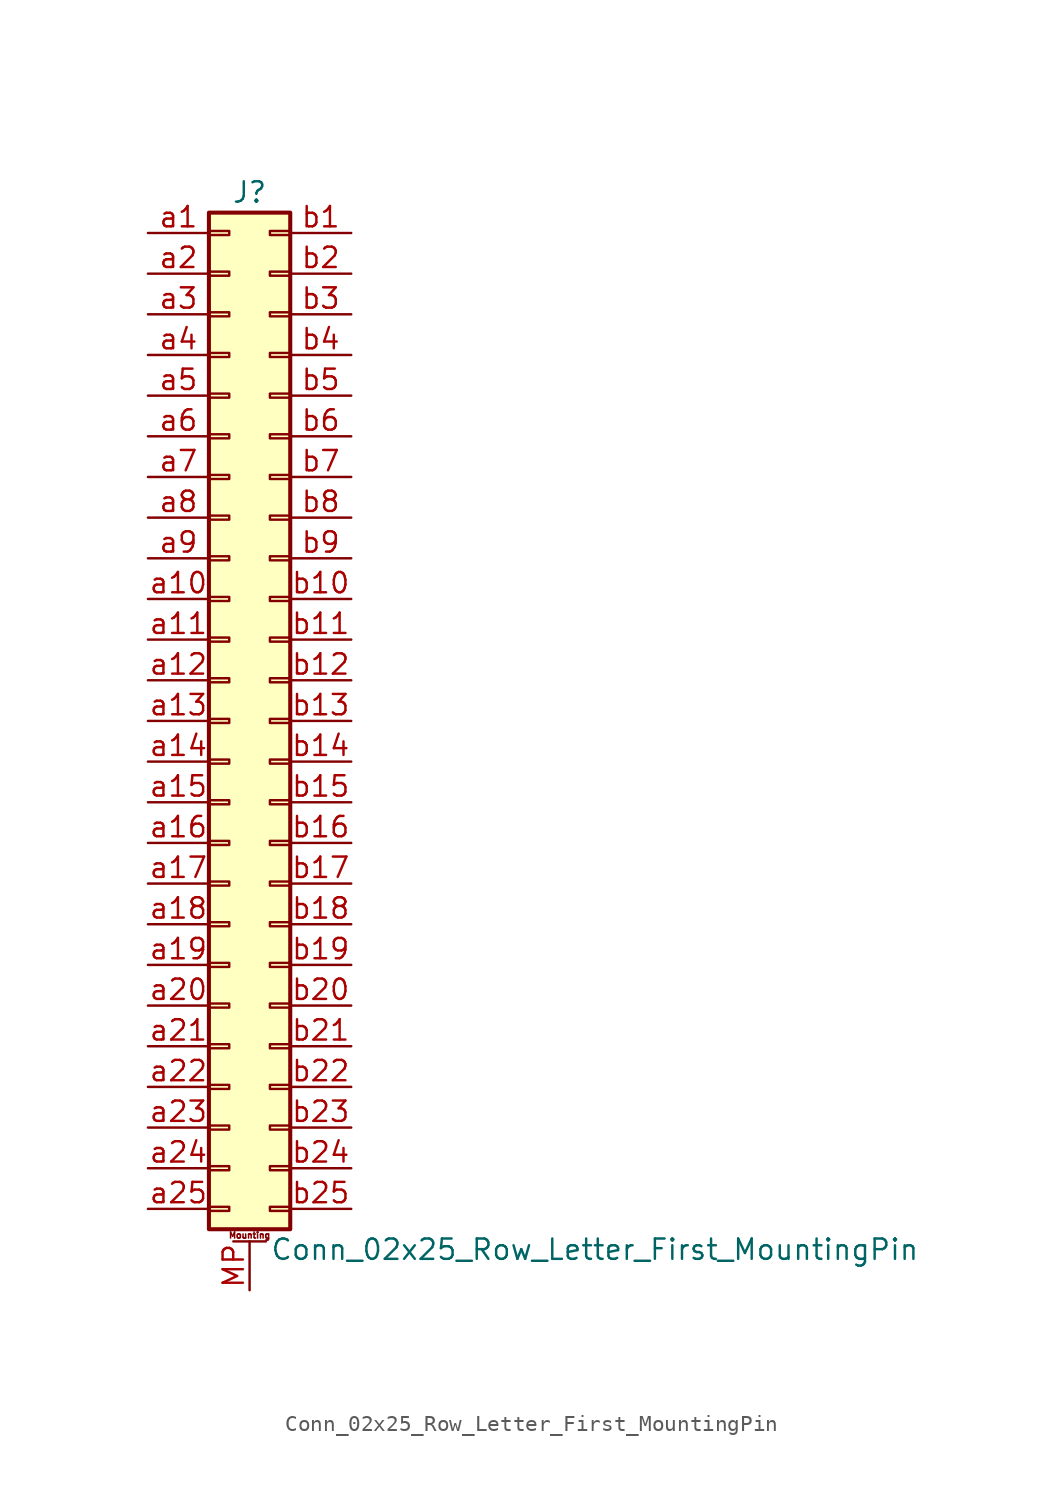
<source format=kicad_sym>
(kicad_symbol_lib
  (version 20201005)
  (generator kicad_symbol_editor)
  (symbol "Conn_02x25_Row_Letter_First_MountingPin"
    (pin_names
      (offset 1.016) hide)
    (property "Reference" "J"
      (at 1.27 33.02 0)
      (effects (font (size 1.27 1.27))))
    (property "Value" "Conn_02x25_Row_Letter_First_MountingPin"
      (at 2.54 -33.02 0)
      (effects (font (size 1.27 1.27)) (justify left)))
    (symbol "Conn_02x25_Row_Letter_First_MountingPin_1_1"
      (text "Mounting" (at 1.27 -32.131 0) (effects (font (size 0.381 0.381))))
      (rectangle (start -1.27 -30.353) (end 0 -30.607) (stroke (width 0.152)) (fill (type none)))
      (rectangle (start -1.27 -27.813) (end 0 -28.067) (stroke (width 0.152)) (fill (type none)))
      (rectangle (start -1.27 -25.273) (end 0 -25.527) (stroke (width 0.152)) (fill (type none)))
      (rectangle (start -1.27 -22.733) (end 0 -22.987) (stroke (width 0.152)) (fill (type none)))
      (rectangle (start -1.27 -20.193) (end 0 -20.447) (stroke (width 0.152)) (fill (type none)))
      (rectangle (start -1.27 -17.653) (end 0 -17.907) (stroke (width 0.152)) (fill (type none)))
      (rectangle (start -1.27 -15.113) (end 0 -15.367) (stroke (width 0.152)) (fill (type none)))
      (rectangle (start -1.27 -12.573) (end 0 -12.827) (stroke (width 0.152)) (fill (type none)))
      (rectangle (start -1.27 -10.033) (end 0 -10.287) (stroke (width 0.152)) (fill (type none)))
      (rectangle (start -1.27 -7.493) (end 0 -7.747) (stroke (width 0.152)) (fill (type none)))
      (rectangle (start -1.27 -4.953) (end 0 -5.207) (stroke (width 0.152)) (fill (type none)))
      (rectangle (start -1.27 -2.413) (end 0 -2.667) (stroke (width 0.152)) (fill (type none)))
      (rectangle (start -1.27 0.127) (end 0 -0.127) (stroke (width 0.152)) (fill (type none)))
      (rectangle (start -1.27 2.667) (end 0 2.413) (stroke (width 0.152)) (fill (type none)))
      (rectangle (start -1.27 5.207) (end 0 4.953) (stroke (width 0.152)) (fill (type none)))
      (rectangle (start -1.27 7.747) (end 0 7.493) (stroke (width 0.152)) (fill (type none)))
      (rectangle (start -1.27 10.287) (end 0 10.033) (stroke (width 0.152)) (fill (type none)))
      (rectangle (start -1.27 12.827) (end 0 12.573) (stroke (width 0.152)) (fill (type none)))
      (rectangle (start -1.27 15.367) (end 0 15.113) (stroke (width 0.152)) (fill (type none)))
      (rectangle (start -1.27 17.907) (end 0 17.653) (stroke (width 0.152)) (fill (type none)))
      (rectangle (start -1.27 20.447) (end 0 20.193) (stroke (width 0.152)) (fill (type none)))
      (rectangle (start -1.27 22.987) (end 0 22.733) (stroke (width 0.152)) (fill (type none)))
      (rectangle (start -1.27 25.527) (end 0 25.273) (stroke (width 0.152)) (fill (type none)))
      (rectangle (start -1.27 28.067) (end 0 27.813) (stroke (width 0.152)) (fill (type none)))
      (rectangle (start -1.27 30.607) (end 0 30.353) (stroke (width 0.152)) (fill (type none)))
      (rectangle (start 3.81 -30.353) (end 2.54 -30.607) (stroke (width 0.152)) (fill (type none)))
      (rectangle (start 3.81 -27.813) (end 2.54 -28.067) (stroke (width 0.152)) (fill (type none)))
      (rectangle (start 3.81 -25.273) (end 2.54 -25.527) (stroke (width 0.152)) (fill (type none)))
      (rectangle (start 3.81 -22.733) (end 2.54 -22.987) (stroke (width 0.152)) (fill (type none)))
      (rectangle (start 3.81 -20.193) (end 2.54 -20.447) (stroke (width 0.152)) (fill (type none)))
      (rectangle (start 3.81 -17.653) (end 2.54 -17.907) (stroke (width 0.152)) (fill (type none)))
      (rectangle (start 3.81 -15.113) (end 2.54 -15.367) (stroke (width 0.152)) (fill (type none)))
      (rectangle (start 3.81 -12.573) (end 2.54 -12.827) (stroke (width 0.152)) (fill (type none)))
      (rectangle (start 3.81 -10.033) (end 2.54 -10.287) (stroke (width 0.152)) (fill (type none)))
      (rectangle (start 3.81 -7.493) (end 2.54 -7.747) (stroke (width 0.152)) (fill (type none)))
      (rectangle (start 3.81 -4.953) (end 2.54 -5.207) (stroke (width 0.152)) (fill (type none)))
      (rectangle (start 3.81 -2.413) (end 2.54 -2.667) (stroke (width 0.152)) (fill (type none)))
      (rectangle (start 3.81 0.127) (end 2.54 -0.127) (stroke (width 0.152)) (fill (type none)))
      (rectangle (start 3.81 2.667) (end 2.54 2.413) (stroke (width 0.152)) (fill (type none)))
      (rectangle (start 3.81 5.207) (end 2.54 4.953) (stroke (width 0.152)) (fill (type none)))
      (rectangle (start 3.81 7.747) (end 2.54 7.493) (stroke (width 0.152)) (fill (type none)))
      (rectangle (start 3.81 10.287) (end 2.54 10.033) (stroke (width 0.152)) (fill (type none)))
      (rectangle (start 3.81 12.827) (end 2.54 12.573) (stroke (width 0.152)) (fill (type none)))
      (rectangle (start 3.81 15.367) (end 2.54 15.113) (stroke (width 0.152)) (fill (type none)))
      (rectangle (start 3.81 17.907) (end 2.54 17.653) (stroke (width 0.152)) (fill (type none)))
      (rectangle (start 3.81 20.447) (end 2.54 20.193) (stroke (width 0.152)) (fill (type none)))
      (rectangle (start 3.81 22.987) (end 2.54 22.733) (stroke (width 0.152)) (fill (type none)))
      (rectangle (start 3.81 25.527) (end 2.54 25.273) (stroke (width 0.152)) (fill (type none)))
      (rectangle (start 3.81 28.067) (end 2.54 27.813) (stroke (width 0.152)) (fill (type none)))
      (rectangle (start 3.81 30.607) (end 2.54 30.353) (stroke (width 0.152)) (fill (type none)))
      (rectangle (start -1.27 31.75) (end 3.81 -31.75) (stroke (width 0.254)) (fill (type background)))
      (polyline (pts (xy 0.254 -32.512) (xy 2.286 -32.512)) (stroke (width 0.152)) (fill (type none)))
      (pin passive line (at 1.27 -35.56 90) (length 3.048) (name "MountPin" (effects (font (size 1.27 1.27)))) (number "MP" (effects (font (size 1.27 1.27)))))
      (pin passive line (at -5.08 30.48 0) (length 3.81) (name "Pin_a1" (effects (font (size 1.27 1.27)))) (number "a1" (effects (font (size 1.27 1.27)))))
      (pin passive line (at -5.08 7.62 0) (length 3.81) (name "Pin_a10" (effects (font (size 1.27 1.27)))) (number "a10" (effects (font (size 1.27 1.27)))))
      (pin passive line (at -5.08 5.08 0) (length 3.81) (name "Pin_a11" (effects (font (size 1.27 1.27)))) (number "a11" (effects (font (size 1.27 1.27)))))
      (pin passive line (at -5.08 2.54 0) (length 3.81) (name "Pin_a12" (effects (font (size 1.27 1.27)))) (number "a12" (effects (font (size 1.27 1.27)))))
      (pin passive line (at -5.08 0 0) (length 3.81) (name "Pin_a13" (effects (font (size 1.27 1.27)))) (number "a13" (effects (font (size 1.27 1.27)))))
      (pin passive line (at -5.08 -2.54 0) (length 3.81) (name "Pin_a14" (effects (font (size 1.27 1.27)))) (number "a14" (effects (font (size 1.27 1.27)))))
      (pin passive line (at -5.08 -5.08 0) (length 3.81) (name "Pin_a15" (effects (font (size 1.27 1.27)))) (number "a15" (effects (font (size 1.27 1.27)))))
      (pin passive line (at -5.08 -7.62 0) (length 3.81) (name "Pin_a16" (effects (font (size 1.27 1.27)))) (number "a16" (effects (font (size 1.27 1.27)))))
      (pin passive line (at -5.08 -10.16 0) (length 3.81) (name "Pin_a17" (effects (font (size 1.27 1.27)))) (number "a17" (effects (font (size 1.27 1.27)))))
      (pin passive line (at -5.08 -12.7 0) (length 3.81) (name "Pin_a18" (effects (font (size 1.27 1.27)))) (number "a18" (effects (font (size 1.27 1.27)))))
      (pin passive line (at -5.08 -15.24 0) (length 3.81) (name "Pin_a19" (effects (font (size 1.27 1.27)))) (number "a19" (effects (font (size 1.27 1.27)))))
      (pin passive line (at -5.08 27.94 0) (length 3.81) (name "Pin_a2" (effects (font (size 1.27 1.27)))) (number "a2" (effects (font (size 1.27 1.27)))))
      (pin passive line (at -5.08 -17.78 0) (length 3.81) (name "Pin_a20" (effects (font (size 1.27 1.27)))) (number "a20" (effects (font (size 1.27 1.27)))))
      (pin passive line (at -5.08 -20.32 0) (length 3.81) (name "Pin_a21" (effects (font (size 1.27 1.27)))) (number "a21" (effects (font (size 1.27 1.27)))))
      (pin passive line (at -5.08 -22.86 0) (length 3.81) (name "Pin_a22" (effects (font (size 1.27 1.27)))) (number "a22" (effects (font (size 1.27 1.27)))))
      (pin passive line (at -5.08 -25.4 0) (length 3.81) (name "Pin_a23" (effects (font (size 1.27 1.27)))) (number "a23" (effects (font (size 1.27 1.27)))))
      (pin passive line (at -5.08 -27.94 0) (length 3.81) (name "Pin_a24" (effects (font (size 1.27 1.27)))) (number "a24" (effects (font (size 1.27 1.27)))))
      (pin passive line (at -5.08 -30.48 0) (length 3.81) (name "Pin_a25" (effects (font (size 1.27 1.27)))) (number "a25" (effects (font (size 1.27 1.27)))))
      (pin passive line (at -5.08 25.4 0) (length 3.81) (name "Pin_a3" (effects (font (size 1.27 1.27)))) (number "a3" (effects (font (size 1.27 1.27)))))
      (pin passive line (at -5.08 22.86 0) (length 3.81) (name "Pin_a4" (effects (font (size 1.27 1.27)))) (number "a4" (effects (font (size 1.27 1.27)))))
      (pin passive line (at -5.08 20.32 0) (length 3.81) (name "Pin_a5" (effects (font (size 1.27 1.27)))) (number "a5" (effects (font (size 1.27 1.27)))))
      (pin passive line (at -5.08 17.78 0) (length 3.81) (name "Pin_a6" (effects (font (size 1.27 1.27)))) (number "a6" (effects (font (size 1.27 1.27)))))
      (pin passive line (at -5.08 15.24 0) (length 3.81) (name "Pin_a7" (effects (font (size 1.27 1.27)))) (number "a7" (effects (font (size 1.27 1.27)))))
      (pin passive line (at -5.08 12.7 0) (length 3.81) (name "Pin_a8" (effects (font (size 1.27 1.27)))) (number "a8" (effects (font (size 1.27 1.27)))))
      (pin passive line (at -5.08 10.16 0) (length 3.81) (name "Pin_a9" (effects (font (size 1.27 1.27)))) (number "a9" (effects (font (size 1.27 1.27)))))
      (pin passive line (at 7.62 30.48 180) (length 3.81) (name "Pin_b1" (effects (font (size 1.27 1.27)))) (number "b1" (effects (font (size 1.27 1.27)))))
      (pin passive line (at 7.62 7.62 180) (length 3.81) (name "Pin_b10" (effects (font (size 1.27 1.27)))) (number "b10" (effects (font (size 1.27 1.27)))))
      (pin passive line (at 7.62 5.08 180) (length 3.81) (name "Pin_b11" (effects (font (size 1.27 1.27)))) (number "b11" (effects (font (size 1.27 1.27)))))
      (pin passive line (at 7.62 2.54 180) (length 3.81) (name "Pin_b12" (effects (font (size 1.27 1.27)))) (number "b12" (effects (font (size 1.27 1.27)))))
      (pin passive line (at 7.62 0 180) (length 3.81) (name "Pin_b13" (effects (font (size 1.27 1.27)))) (number "b13" (effects (font (size 1.27 1.27)))))
      (pin passive line (at 7.62 -2.54 180) (length 3.81) (name "Pin_b14" (effects (font (size 1.27 1.27)))) (number "b14" (effects (font (size 1.27 1.27)))))
      (pin passive line (at 7.62 -5.08 180) (length 3.81) (name "Pin_b15" (effects (font (size 1.27 1.27)))) (number "b15" (effects (font (size 1.27 1.27)))))
      (pin passive line (at 7.62 -7.62 180) (length 3.81) (name "Pin_b16" (effects (font (size 1.27 1.27)))) (number "b16" (effects (font (size 1.27 1.27)))))
      (pin passive line (at 7.62 -10.16 180) (length 3.81) (name "Pin_b17" (effects (font (size 1.27 1.27)))) (number "b17" (effects (font (size 1.27 1.27)))))
      (pin passive line (at 7.62 -12.7 180) (length 3.81) (name "Pin_b18" (effects (font (size 1.27 1.27)))) (number "b18" (effects (font (size 1.27 1.27)))))
      (pin passive line (at 7.62 -15.24 180) (length 3.81) (name "Pin_b19" (effects (font (size 1.27 1.27)))) (number "b19" (effects (font (size 1.27 1.27)))))
      (pin passive line (at 7.62 27.94 180) (length 3.81) (name "Pin_b2" (effects (font (size 1.27 1.27)))) (number "b2" (effects (font (size 1.27 1.27)))))
      (pin passive line (at 7.62 -17.78 180) (length 3.81) (name "Pin_b20" (effects (font (size 1.27 1.27)))) (number "b20" (effects (font (size 1.27 1.27)))))
      (pin passive line (at 7.62 -20.32 180) (length 3.81) (name "Pin_b21" (effects (font (size 1.27 1.27)))) (number "b21" (effects (font (size 1.27 1.27)))))
      (pin passive line (at 7.62 -22.86 180) (length 3.81) (name "Pin_b22" (effects (font (size 1.27 1.27)))) (number "b22" (effects (font (size 1.27 1.27)))))
      (pin passive line (at 7.62 -25.4 180) (length 3.81) (name "Pin_b23" (effects (font (size 1.27 1.27)))) (number "b23" (effects (font (size 1.27 1.27)))))
      (pin passive line (at 7.62 -27.94 180) (length 3.81) (name "Pin_b24" (effects (font (size 1.27 1.27)))) (number "b24" (effects (font (size 1.27 1.27)))))
      (pin passive line (at 7.62 -30.48 180) (length 3.81) (name "Pin_b25" (effects (font (size 1.27 1.27)))) (number "b25" (effects (font (size 1.27 1.27)))))
      (pin passive line (at 7.62 25.4 180) (length 3.81) (name "Pin_b3" (effects (font (size 1.27 1.27)))) (number "b3" (effects (font (size 1.27 1.27)))))
      (pin passive line (at 7.62 22.86 180) (length 3.81) (name "Pin_b4" (effects (font (size 1.27 1.27)))) (number "b4" (effects (font (size 1.27 1.27)))))
      (pin passive line (at 7.62 20.32 180) (length 3.81) (name "Pin_b5" (effects (font (size 1.27 1.27)))) (number "b5" (effects (font (size 1.27 1.27)))))
      (pin passive line (at 7.62 17.78 180) (length 3.81) (name "Pin_b6" (effects (font (size 1.27 1.27)))) (number "b6" (effects (font (size 1.27 1.27)))))
      (pin passive line (at 7.62 15.24 180) (length 3.81) (name "Pin_b7" (effects (font (size 1.27 1.27)))) (number "b7" (effects (font (size 1.27 1.27)))))
      (pin passive line (at 7.62 12.7 180) (length 3.81) (name "Pin_b8" (effects (font (size 1.27 1.27)))) (number "b8" (effects (font (size 1.27 1.27)))))
      (pin passive line (at 7.62 10.16 180) (length 3.81) (name "Pin_b9" (effects (font (size 1.27 1.27)))) (number "b9" (effects (font (size 1.27 1.27))))))))
</source>
